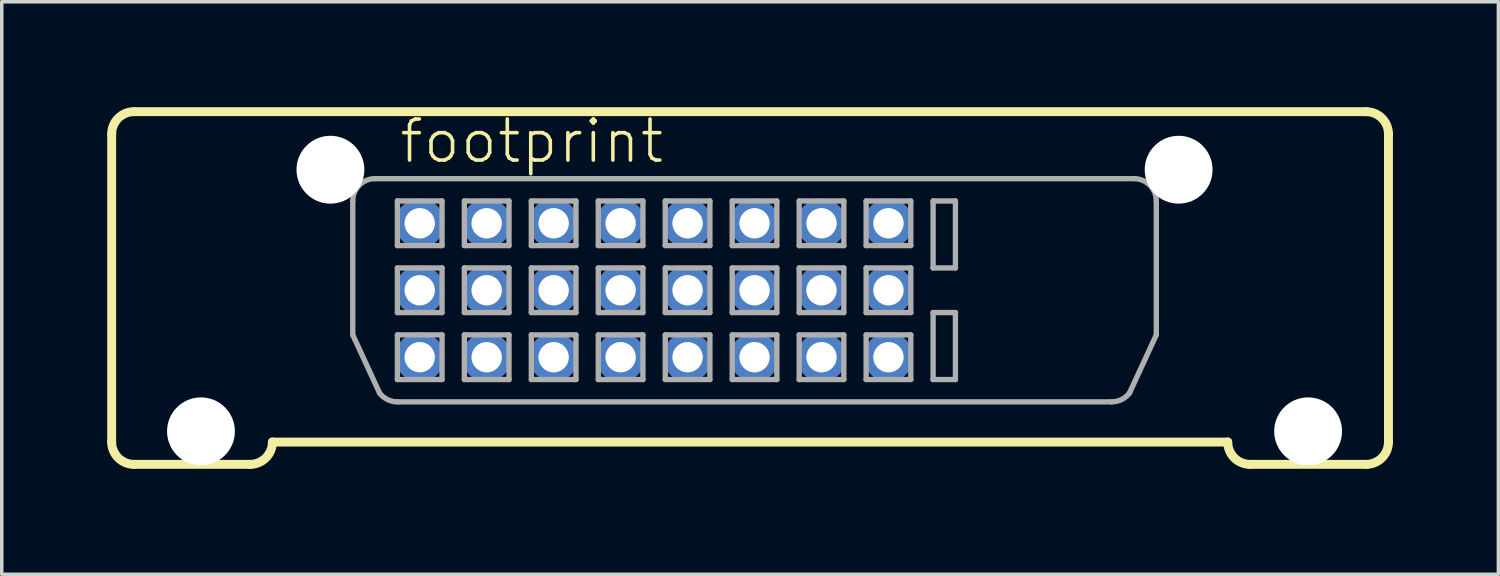
<source format=kicad_pcb>
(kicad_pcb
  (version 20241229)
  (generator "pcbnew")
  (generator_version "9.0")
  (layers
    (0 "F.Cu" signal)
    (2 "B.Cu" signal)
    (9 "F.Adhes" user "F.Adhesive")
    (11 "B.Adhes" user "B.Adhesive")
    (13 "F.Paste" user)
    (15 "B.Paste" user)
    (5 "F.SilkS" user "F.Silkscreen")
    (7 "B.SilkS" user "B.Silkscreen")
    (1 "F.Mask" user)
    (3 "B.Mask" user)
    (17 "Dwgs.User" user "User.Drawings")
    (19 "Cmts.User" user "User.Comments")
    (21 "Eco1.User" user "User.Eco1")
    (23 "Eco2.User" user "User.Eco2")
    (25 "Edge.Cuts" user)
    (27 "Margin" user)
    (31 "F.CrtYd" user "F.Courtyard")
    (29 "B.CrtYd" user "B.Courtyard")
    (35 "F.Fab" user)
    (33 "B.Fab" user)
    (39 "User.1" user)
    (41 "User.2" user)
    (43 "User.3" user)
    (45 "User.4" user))
  (footprint "footprint"
    (layer "F.Cu")
    (at 18.415 4.572)
    (property "Reference" "footprint" (at -10.16 -2.921 0) (layer "F.SilkS") (effects (font (size 1.168 1.168) (thickness 0.102)) (justify left bottom)))
    (fp_line (start -18.288 4.953) (end -18.288 -3.81) (stroke (width 0.254) (type solid)) (layer "F.SilkS"))
    (fp_line (start -17.653 5.588) (end -14.351 5.588) (stroke (width 0.254) (type solid)) (layer "F.SilkS"))
    (fp_line (start -13.716 4.953) (end 13.462 4.953) (stroke (width 0.254) (type solid)) (layer "F.SilkS"))
    (fp_line (start 14.097 5.588) (end 17.399 5.588) (stroke (width 0.254) (type solid)) (layer "F.SilkS"))
    (fp_line (start 17.399 -4.445) (end -17.653 -4.445) (stroke (width 0.254) (type solid)) (layer "F.SilkS"))
    (fp_line (start 18.034 4.953) (end 18.034 -3.81) (stroke (width 0.254) (type solid)) (layer "F.SilkS"))
    (fp_arc (start -18.288 -3.81) (mid -18.102013 -4.259013) (end -17.653 -4.445) (stroke (width 0.254) (type solid)) (layer "F.SilkS"))
    (fp_arc (start -17.653 5.588) (mid -18.102013 5.402013) (end -18.288 4.953) (stroke (width 0.254) (type solid)) (layer "F.SilkS"))
    (fp_arc (start -13.716 4.953) (mid -13.901987 5.402013) (end -14.351 5.588) (stroke (width 0.254) (type solid)) (layer "F.SilkS"))
    (fp_arc (start 14.097 5.588) (mid 13.647987 5.402013) (end 13.462 4.953) (stroke (width 0.254) (type solid)) (layer "F.SilkS"))
    (fp_arc (start 17.399 -4.445) (mid 17.848013 -4.259013) (end 18.034 -3.81) (stroke (width 0.254) (type solid)) (layer "F.SilkS"))
    (fp_arc (start 18.034 4.953) (mid 17.848013 5.402013) (end 17.399 5.588) (stroke (width 0.254) (type solid)) (layer "F.SilkS"))
    (fp_line (start -11.43 -1.905) (end -11.43 1.905) (stroke (width 0.152) (type solid)) (layer "F.Fab"))
    (fp_line (start -11.43 1.905) (end -10.668 3.556) (stroke (width 0.152) (type solid)) (layer "F.Fab"))
    (fp_line (start -10.795 -2.54) (end 10.795 -2.54) (stroke (width 0.152) (type solid)) (layer "F.Fab"))
    (fp_line (start -10.16 -1.905) (end -10.16 -0.635) (stroke (width 0.152) (type solid)) (layer "F.Fab"))
    (fp_line (start -10.16 -0.635) (end -8.89 -0.635) (stroke (width 0.152) (type solid)) (layer "F.Fab"))
    (fp_line (start -10.16 0) (end -10.16 1.27) (stroke (width 0.152) (type solid)) (layer "F.Fab"))
    (fp_line (start -10.16 1.27) (end -8.89 1.27) (stroke (width 0.152) (type solid)) (layer "F.Fab"))
    (fp_line (start -10.16 1.905) (end -10.16 3.175) (stroke (width 0.152) (type solid)) (layer "F.Fab"))
    (fp_line (start -10.16 3.175) (end -8.89 3.175) (stroke (width 0.152) (type solid)) (layer "F.Fab"))
    (fp_line (start -10.16 3.81) (end 10.16 3.81) (stroke (width 0.152) (type solid)) (layer "F.Fab"))
    (fp_line (start -8.89 -1.905) (end -10.16 -1.905) (stroke (width 0.152) (type solid)) (layer "F.Fab"))
    (fp_line (start -8.89 -0.635) (end -8.89 -1.905) (stroke (width 0.152) (type solid)) (layer "F.Fab"))
    (fp_line (start -8.89 0) (end -10.16 0) (stroke (width 0.152) (type solid)) (layer "F.Fab"))
    (fp_line (start -8.89 1.27) (end -8.89 0) (stroke (width 0.152) (type solid)) (layer "F.Fab"))
    (fp_line (start -8.89 1.905) (end -10.16 1.905) (stroke (width 0.152) (type solid)) (layer "F.Fab"))
    (fp_line (start -8.89 3.175) (end -8.89 1.905) (stroke (width 0.152) (type solid)) (layer "F.Fab"))
    (fp_line (start -8.255 -1.905) (end -8.255 -0.635) (stroke (width 0.152) (type solid)) (layer "F.Fab"))
    (fp_line (start -8.255 -0.635) (end -6.985 -0.635) (stroke (width 0.152) (type solid)) (layer "F.Fab"))
    (fp_line (start -8.255 0) (end -8.255 1.27) (stroke (width 0.152) (type solid)) (layer "F.Fab"))
    (fp_line (start -8.255 1.27) (end -6.985 1.27) (stroke (width 0.152) (type solid)) (layer "F.Fab"))
    (fp_line (start -8.255 1.905) (end -8.255 3.175) (stroke (width 0.152) (type solid)) (layer "F.Fab"))
    (fp_line (start -8.255 3.175) (end -6.985 3.175) (stroke (width 0.152) (type solid)) (layer "F.Fab"))
    (fp_line (start -6.985 -1.905) (end -8.255 -1.905) (stroke (width 0.152) (type solid)) (layer "F.Fab"))
    (fp_line (start -6.985 -0.635) (end -6.985 -1.905) (stroke (width 0.152) (type solid)) (layer "F.Fab"))
    (fp_line (start -6.985 0) (end -8.255 0) (stroke (width 0.152) (type solid)) (layer "F.Fab"))
    (fp_line (start -6.985 1.27) (end -6.985 0) (stroke (width 0.152) (type solid)) (layer "F.Fab"))
    (fp_line (start -6.985 1.905) (end -8.255 1.905) (stroke (width 0.152) (type solid)) (layer "F.Fab"))
    (fp_line (start -6.985 3.175) (end -6.985 1.905) (stroke (width 0.152) (type solid)) (layer "F.Fab"))
    (fp_line (start -6.35 -1.905) (end -6.35 -0.635) (stroke (width 0.152) (type solid)) (layer "F.Fab"))
    (fp_line (start -6.35 -0.635) (end -5.08 -0.635) (stroke (width 0.152) (type solid)) (layer "F.Fab"))
    (fp_line (start -6.35 0) (end -6.35 1.27) (stroke (width 0.152) (type solid)) (layer "F.Fab"))
    (fp_line (start -6.35 1.27) (end -5.08 1.27) (stroke (width 0.152) (type solid)) (layer "F.Fab"))
    (fp_line (start -6.35 1.905) (end -6.35 3.175) (stroke (width 0.152) (type solid)) (layer "F.Fab"))
    (fp_line (start -6.35 3.175) (end -5.08 3.175) (stroke (width 0.152) (type solid)) (layer "F.Fab"))
    (fp_line (start -5.08 -1.905) (end -6.35 -1.905) (stroke (width 0.152) (type solid)) (layer "F.Fab"))
    (fp_line (start -5.08 -0.635) (end -5.08 -1.905) (stroke (width 0.152) (type solid)) (layer "F.Fab"))
    (fp_line (start -5.08 0) (end -6.35 0) (stroke (width 0.152) (type solid)) (layer "F.Fab"))
    (fp_line (start -5.08 1.27) (end -5.08 0) (stroke (width 0.152) (type solid)) (layer "F.Fab"))
    (fp_line (start -5.08 1.905) (end -6.35 1.905) (stroke (width 0.152) (type solid)) (layer "F.Fab"))
    (fp_line (start -5.08 3.175) (end -5.08 1.905) (stroke (width 0.152) (type solid)) (layer "F.Fab"))
    (fp_line (start -4.445 -1.905) (end -4.445 -0.635) (stroke (width 0.152) (type solid)) (layer "F.Fab"))
    (fp_line (start -4.445 -0.635) (end -3.175 -0.635) (stroke (width 0.152) (type solid)) (layer "F.Fab"))
    (fp_line (start -4.445 0) (end -4.445 1.27) (stroke (width 0.152) (type solid)) (layer "F.Fab"))
    (fp_line (start -4.445 1.27) (end -3.175 1.27) (stroke (width 0.152) (type solid)) (layer "F.Fab"))
    (fp_line (start -4.445 1.905) (end -4.445 3.175) (stroke (width 0.152) (type solid)) (layer "F.Fab"))
    (fp_line (start -4.445 3.175) (end -3.175 3.175) (stroke (width 0.152) (type solid)) (layer "F.Fab"))
    (fp_line (start -3.175 -1.905) (end -4.445 -1.905) (stroke (width 0.152) (type solid)) (layer "F.Fab"))
    (fp_line (start -3.175 -0.635) (end -3.175 -1.905) (stroke (width 0.152) (type solid)) (layer "F.Fab"))
    (fp_line (start -3.175 0) (end -4.445 0) (stroke (width 0.152) (type solid)) (layer "F.Fab"))
    (fp_line (start -3.175 1.27) (end -3.175 0) (stroke (width 0.152) (type solid)) (layer "F.Fab"))
    (fp_line (start -3.175 1.905) (end -4.445 1.905) (stroke (width 0.152) (type solid)) (layer "F.Fab"))
    (fp_line (start -3.175 3.175) (end -3.175 1.905) (stroke (width 0.152) (type solid)) (layer "F.Fab"))
    (fp_line (start -2.54 -1.905) (end -2.54 -0.635) (stroke (width 0.152) (type solid)) (layer "F.Fab"))
    (fp_line (start -2.54 -0.635) (end -1.27 -0.635) (stroke (width 0.152) (type solid)) (layer "F.Fab"))
    (fp_line (start -2.54 0) (end -2.54 1.27) (stroke (width 0.152) (type solid)) (layer "F.Fab"))
    (fp_line (start -2.54 1.27) (end -1.27 1.27) (stroke (width 0.152) (type solid)) (layer "F.Fab"))
    (fp_line (start -2.54 1.905) (end -2.54 3.175) (stroke (width 0.152) (type solid)) (layer "F.Fab"))
    (fp_line (start -2.54 3.175) (end -1.27 3.175) (stroke (width 0.152) (type solid)) (layer "F.Fab"))
    (fp_line (start -1.27 -1.905) (end -2.54 -1.905) (stroke (width 0.152) (type solid)) (layer "F.Fab"))
    (fp_line (start -1.27 -0.635) (end -1.27 -1.905) (stroke (width 0.152) (type solid)) (layer "F.Fab"))
    (fp_line (start -1.27 0) (end -2.54 0) (stroke (width 0.152) (type solid)) (layer "F.Fab"))
    (fp_line (start -1.27 1.27) (end -1.27 0) (stroke (width 0.152) (type solid)) (layer "F.Fab"))
    (fp_line (start -1.27 1.905) (end -2.54 1.905) (stroke (width 0.152) (type solid)) (layer "F.Fab"))
    (fp_line (start -1.27 3.175) (end -1.27 1.905) (stroke (width 0.152) (type solid)) (layer "F.Fab"))
    (fp_line (start -0.635 -1.905) (end -0.635 -0.635) (stroke (width 0.152) (type solid)) (layer "F.Fab"))
    (fp_line (start -0.635 -0.635) (end 0.635 -0.635) (stroke (width 0.152) (type solid)) (layer "F.Fab"))
    (fp_line (start -0.635 0) (end -0.635 1.27) (stroke (width 0.152) (type solid)) (layer "F.Fab"))
    (fp_line (start -0.635 1.27) (end 0.635 1.27) (stroke (width 0.152) (type solid)) (layer "F.Fab"))
    (fp_line (start -0.635 1.905) (end -0.635 3.175) (stroke (width 0.152) (type solid)) (layer "F.Fab"))
    (fp_line (start -0.635 3.175) (end 0.635 3.175) (stroke (width 0.152) (type solid)) (layer "F.Fab"))
    (fp_line (start 0.635 -1.905) (end -0.635 -1.905) (stroke (width 0.152) (type solid)) (layer "F.Fab"))
    (fp_line (start 0.635 -0.635) (end 0.635 -1.905) (stroke (width 0.152) (type solid)) (layer "F.Fab"))
    (fp_line (start 0.635 0) (end -0.635 0) (stroke (width 0.152) (type solid)) (layer "F.Fab"))
    (fp_line (start 0.635 1.27) (end 0.635 0) (stroke (width 0.152) (type solid)) (layer "F.Fab"))
    (fp_line (start 0.635 1.905) (end -0.635 1.905) (stroke (width 0.152) (type solid)) (layer "F.Fab"))
    (fp_line (start 0.635 3.175) (end 0.635 1.905) (stroke (width 0.152) (type solid)) (layer "F.Fab"))
    (fp_line (start 1.27 -1.905) (end 1.27 -0.635) (stroke (width 0.152) (type solid)) (layer "F.Fab"))
    (fp_line (start 1.27 -0.635) (end 2.54 -0.635) (stroke (width 0.152) (type solid)) (layer "F.Fab"))
    (fp_line (start 1.27 0) (end 1.27 1.27) (stroke (width 0.152) (type solid)) (layer "F.Fab"))
    (fp_line (start 1.27 1.27) (end 2.54 1.27) (stroke (width 0.152) (type solid)) (layer "F.Fab"))
    (fp_line (start 1.27 1.905) (end 1.27 3.175) (stroke (width 0.152) (type solid)) (layer "F.Fab"))
    (fp_line (start 1.27 3.175) (end 2.54 3.175) (stroke (width 0.152) (type solid)) (layer "F.Fab"))
    (fp_line (start 2.54 -1.905) (end 1.27 -1.905) (stroke (width 0.152) (type solid)) (layer "F.Fab"))
    (fp_line (start 2.54 -0.635) (end 2.54 -1.905) (stroke (width 0.152) (type solid)) (layer "F.Fab"))
    (fp_line (start 2.54 0) (end 1.27 0) (stroke (width 0.152) (type solid)) (layer "F.Fab"))
    (fp_line (start 2.54 1.27) (end 2.54 0) (stroke (width 0.152) (type solid)) (layer "F.Fab"))
    (fp_line (start 2.54 1.905) (end 1.27 1.905) (stroke (width 0.152) (type solid)) (layer "F.Fab"))
    (fp_line (start 2.54 3.175) (end 2.54 1.905) (stroke (width 0.152) (type solid)) (layer "F.Fab"))
    (fp_line (start 3.175 -1.905) (end 3.175 -0.635) (stroke (width 0.152) (type solid)) (layer "F.Fab"))
    (fp_line (start 3.175 -0.635) (end 4.445 -0.635) (stroke (width 0.152) (type solid)) (layer "F.Fab"))
    (fp_line (start 3.175 0) (end 3.175 1.27) (stroke (width 0.152) (type solid)) (layer "F.Fab"))
    (fp_line (start 3.175 1.27) (end 4.445 1.27) (stroke (width 0.152) (type solid)) (layer "F.Fab"))
    (fp_line (start 3.175 1.905) (end 3.175 3.175) (stroke (width 0.152) (type solid)) (layer "F.Fab"))
    (fp_line (start 3.175 3.175) (end 4.445 3.175) (stroke (width 0.152) (type solid)) (layer "F.Fab"))
    (fp_line (start 4.445 -1.905) (end 3.175 -1.905) (stroke (width 0.152) (type solid)) (layer "F.Fab"))
    (fp_line (start 4.445 -0.635) (end 4.445 -1.905) (stroke (width 0.152) (type solid)) (layer "F.Fab"))
    (fp_line (start 4.445 0) (end 3.175 0) (stroke (width 0.152) (type solid)) (layer "F.Fab"))
    (fp_line (start 4.445 1.27) (end 4.445 0) (stroke (width 0.152) (type solid)) (layer "F.Fab"))
    (fp_line (start 4.445 1.905) (end 3.175 1.905) (stroke (width 0.152) (type solid)) (layer "F.Fab"))
    (fp_line (start 4.445 3.175) (end 4.445 1.905) (stroke (width 0.152) (type solid)) (layer "F.Fab"))
    (fp_line (start 5.08 -1.905) (end 5.715 -1.905) (stroke (width 0.152) (type solid)) (layer "F.Fab"))
    (fp_line (start 5.08 0) (end 5.08 -1.905) (stroke (width 0.152) (type solid)) (layer "F.Fab"))
    (fp_line (start 5.08 1.27) (end 5.715 1.27) (stroke (width 0.152) (type solid)) (layer "F.Fab"))
    (fp_line (start 5.08 3.175) (end 5.08 1.27) (stroke (width 0.152) (type solid)) (layer "F.Fab"))
    (fp_line (start 5.715 -1.905) (end 5.715 0) (stroke (width 0.152) (type solid)) (layer "F.Fab"))
    (fp_line (start 5.715 0) (end 5.08 0) (stroke (width 0.152) (type solid)) (layer "F.Fab"))
    (fp_line (start 5.715 1.27) (end 5.715 3.175) (stroke (width 0.152) (type solid)) (layer "F.Fab"))
    (fp_line (start 5.715 3.175) (end 5.08 3.175) (stroke (width 0.152) (type solid)) (layer "F.Fab"))
    (fp_line (start 11.43 -1.905) (end 11.43 1.905) (stroke (width 0.152) (type solid)) (layer "F.Fab"))
    (fp_line (start 11.43 1.905) (end 10.668 3.556) (stroke (width 0.152) (type solid)) (layer "F.Fab"))
    (fp_arc (start -11.43 -1.905) (mid -11.244013 -2.354013) (end -10.795 -2.54) (stroke (width 0.1524) (type solid)) (layer "F.Fab"))
    (fp_arc (start -10.159999 3.81) (mid -10.44398 3.742961) (end -10.668 3.556) (stroke (width 0.1524) (type solid)) (layer "F.Fab"))
    (fp_arc (start 10.668 3.555999) (mid 10.443981 3.742961) (end 10.16 3.81) (stroke (width 0.1524) (type solid)) (layer "F.Fab"))
    (fp_arc (start 10.795 -2.54) (mid 11.244013 -2.354013) (end 11.43 -1.905) (stroke (width 0.1524) (type solid)) (layer "F.Fab"))
    (pad "" np_thru_hole circle (at -15.748 4.648) (size 1.93 1.93) (drill 1.93) (layers "*.Cu" "*.Mask"))
    (pad "" np_thru_hole circle (at -12.065 -2.794) (size 1.93 1.93) (drill 1.93) (layers "*.Cu" "*.Mask"))
    (pad "" np_thru_hole circle (at 12.065 -2.794) (size 1.93 1.93) (drill 1.93) (layers "*.Cu" "*.Mask"))
    (pad "" np_thru_hole circle (at 15.748 4.648) (size 1.93 1.93) (drill 1.93) (layers "*.Cu" "*.Mask"))
    (pad "1" thru_hole circle (at -9.525 -1.27) (size 1.397 1.397) (drill 0.864) (layers "*.Cu" "*.Mask"))
    (pad "2" thru_hole circle (at -7.62 -1.27) (size 1.397 1.397) (drill 0.864) (layers "*.Cu" "*.Mask"))
    (pad "3" thru_hole circle (at -5.715 -1.27) (size 1.397 1.397) (drill 0.864) (layers "*.Cu" "*.Mask"))
    (pad "4" thru_hole circle (at -3.81 -1.27) (size 1.397 1.397) (drill 0.864) (layers "*.Cu" "*.Mask"))
    (pad "5" thru_hole circle (at -1.905 -1.27) (size 1.397 1.397) (drill 0.864) (layers "*.Cu" "*.Mask"))
    (pad "6" thru_hole circle (at 0 -1.27) (size 1.397 1.397) (drill 0.864) (layers "*.Cu" "*.Mask"))
    (pad "7" thru_hole circle (at 1.905 -1.27) (size 1.397 1.397) (drill 0.864) (layers "*.Cu" "*.Mask"))
    (pad "8" thru_hole circle (at 3.81 -1.27) (size 1.397 1.397) (drill 0.864) (layers "*.Cu" "*.Mask"))
    (pad "9" thru_hole circle (at -9.525 0.635) (size 1.397 1.397) (drill 0.864) (layers "*.Cu" "*.Mask"))
    (pad "10" thru_hole circle (at -7.62 0.635) (size 1.397 1.397) (drill 0.864) (layers "*.Cu" "*.Mask"))
    (pad "11" thru_hole circle (at -5.715 0.635) (size 1.397 1.397) (drill 0.864) (layers "*.Cu" "*.Mask"))
    (pad "12" thru_hole circle (at -3.81 0.635) (size 1.397 1.397) (drill 0.864) (layers "*.Cu" "*.Mask"))
    (pad "13" thru_hole circle (at -1.905 0.635) (size 1.397 1.397) (drill 0.864) (layers "*.Cu" "*.Mask"))
    (pad "14" thru_hole circle (at 0 0.635) (size 1.397 1.397) (drill 0.864) (layers "*.Cu" "*.Mask"))
    (pad "15" thru_hole circle (at 1.905 0.635) (size 1.397 1.397) (drill 0.864) (layers "*.Cu" "*.Mask"))
    (pad "16" thru_hole circle (at 3.81 0.635) (size 1.397 1.397) (drill 0.864) (layers "*.Cu" "*.Mask"))
    (pad "17" thru_hole circle (at -9.525 2.54) (size 1.397 1.397) (drill 0.864) (layers "*.Cu" "*.Mask"))
    (pad "18" thru_hole circle (at -7.62 2.54) (size 1.397 1.397) (drill 0.864) (layers "*.Cu" "*.Mask"))
    (pad "19" thru_hole circle (at -5.715 2.54) (size 1.397 1.397) (drill 0.864) (layers "*.Cu" "*.Mask"))
    (pad "20" thru_hole circle (at -3.81 2.54) (size 1.397 1.397) (drill 0.864) (layers "*.Cu" "*.Mask"))
    (pad "21" thru_hole circle (at -1.905 2.54) (size 1.397 1.397) (drill 0.864) (layers "*.Cu" "*.Mask"))
    (pad "22" thru_hole circle (at 0 2.54) (size 1.397 1.397) (drill 0.864) (layers "*.Cu" "*.Mask"))
    (pad "23" thru_hole circle (at 1.905 2.54) (size 1.397 1.397) (drill 0.864) (layers "*.Cu" "*.Mask"))
    (pad "24" thru_hole circle (at 3.81 2.54) (size 1.397 1.397) (drill 0.864) (layers "*.Cu" "*.Mask")))
  (gr_rect
    (start -3 -3)
    (end 39.576 13.287)
    (stroke (width 0.1) (type default))
    (fill no)
    (layer "Edge.Cuts")))
</source>
